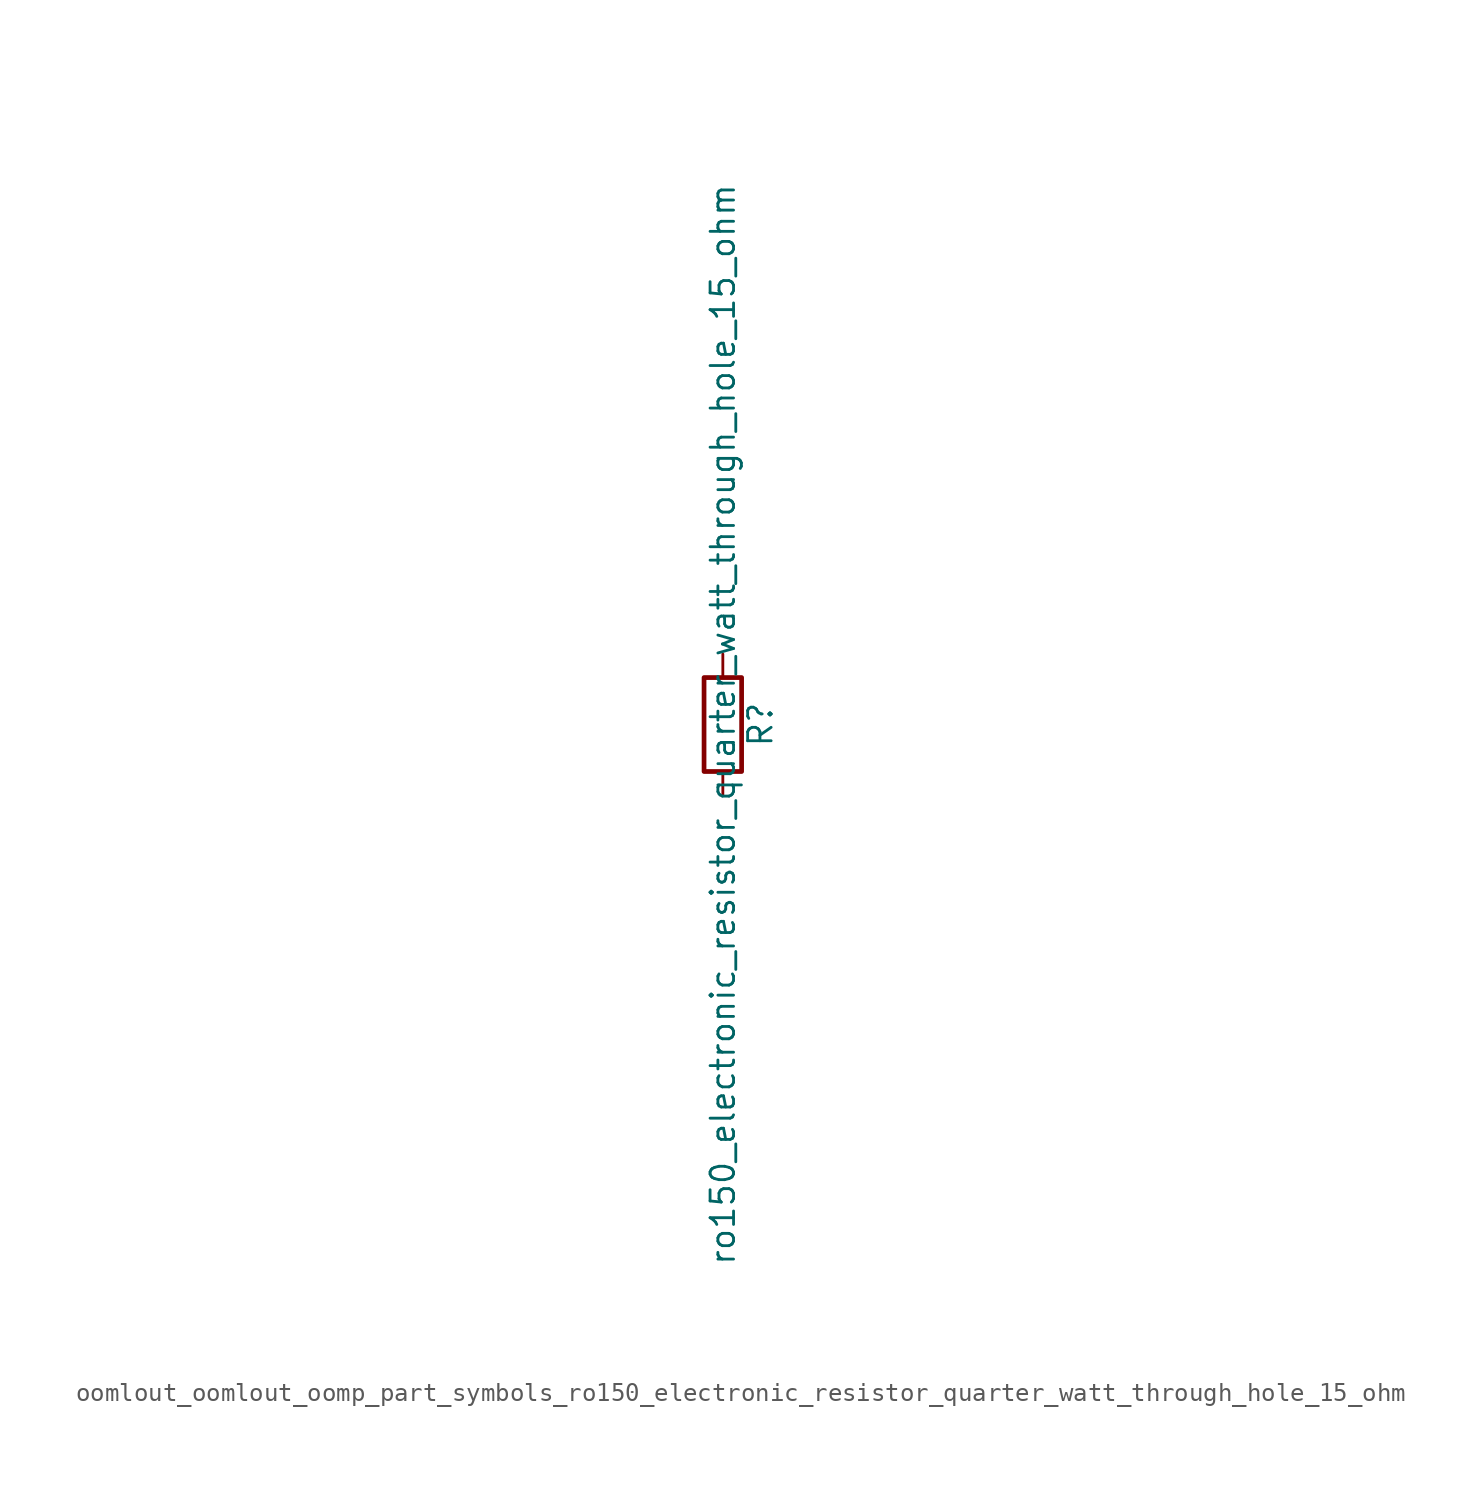
<source format=kicad_sym>
(kicad_symbol_lib
  (version 20220914)
  (generator kicad_symbol_editor)
  (symbol "oomlout_oomlout_oomp_part_symbols_ro150_electronic_resistor_quarter_watt_through_hole_15_ohm"
    (pin_numbers hide)
    (pin_names
      (offset 0))
    (property "Reference" "R"
      (at 2.032 0 90)
      (effects (font (size 1.27 1.27))))
    (property "Value" "ro150_electronic_resistor_quarter_watt_through_hole_15_ohm"
      (at 0 0 90)
      (effects (font (size 1.27 1.27))))
    (symbol "oomlout_oomlout_oomp_part_symbols_ro150_electronic_resistor_quarter_watt_through_hole_15_ohm_0_1"
      (rectangle (start -1.016 -2.54) (end 1.016 2.54) (stroke (width 0.254) (type default)) (fill (type none))))
    (symbol "oomlout_oomlout_oomp_part_symbols_ro150_electronic_resistor_quarter_watt_through_hole_15_ohm_1_1"
      (pin passive line (at 0 3.81 270) (length 1.27) (name "~" (effects (font (size 1.27 1.27)))) (number "1" (effects (font (size 1.27 1.27)))))
      (pin passive line (at 0 -3.81 90) (length 1.27) (name "~" (effects (font (size 1.27 1.27)))) (number "2" (effects (font (size 1.27 1.27))))))))
</source>
